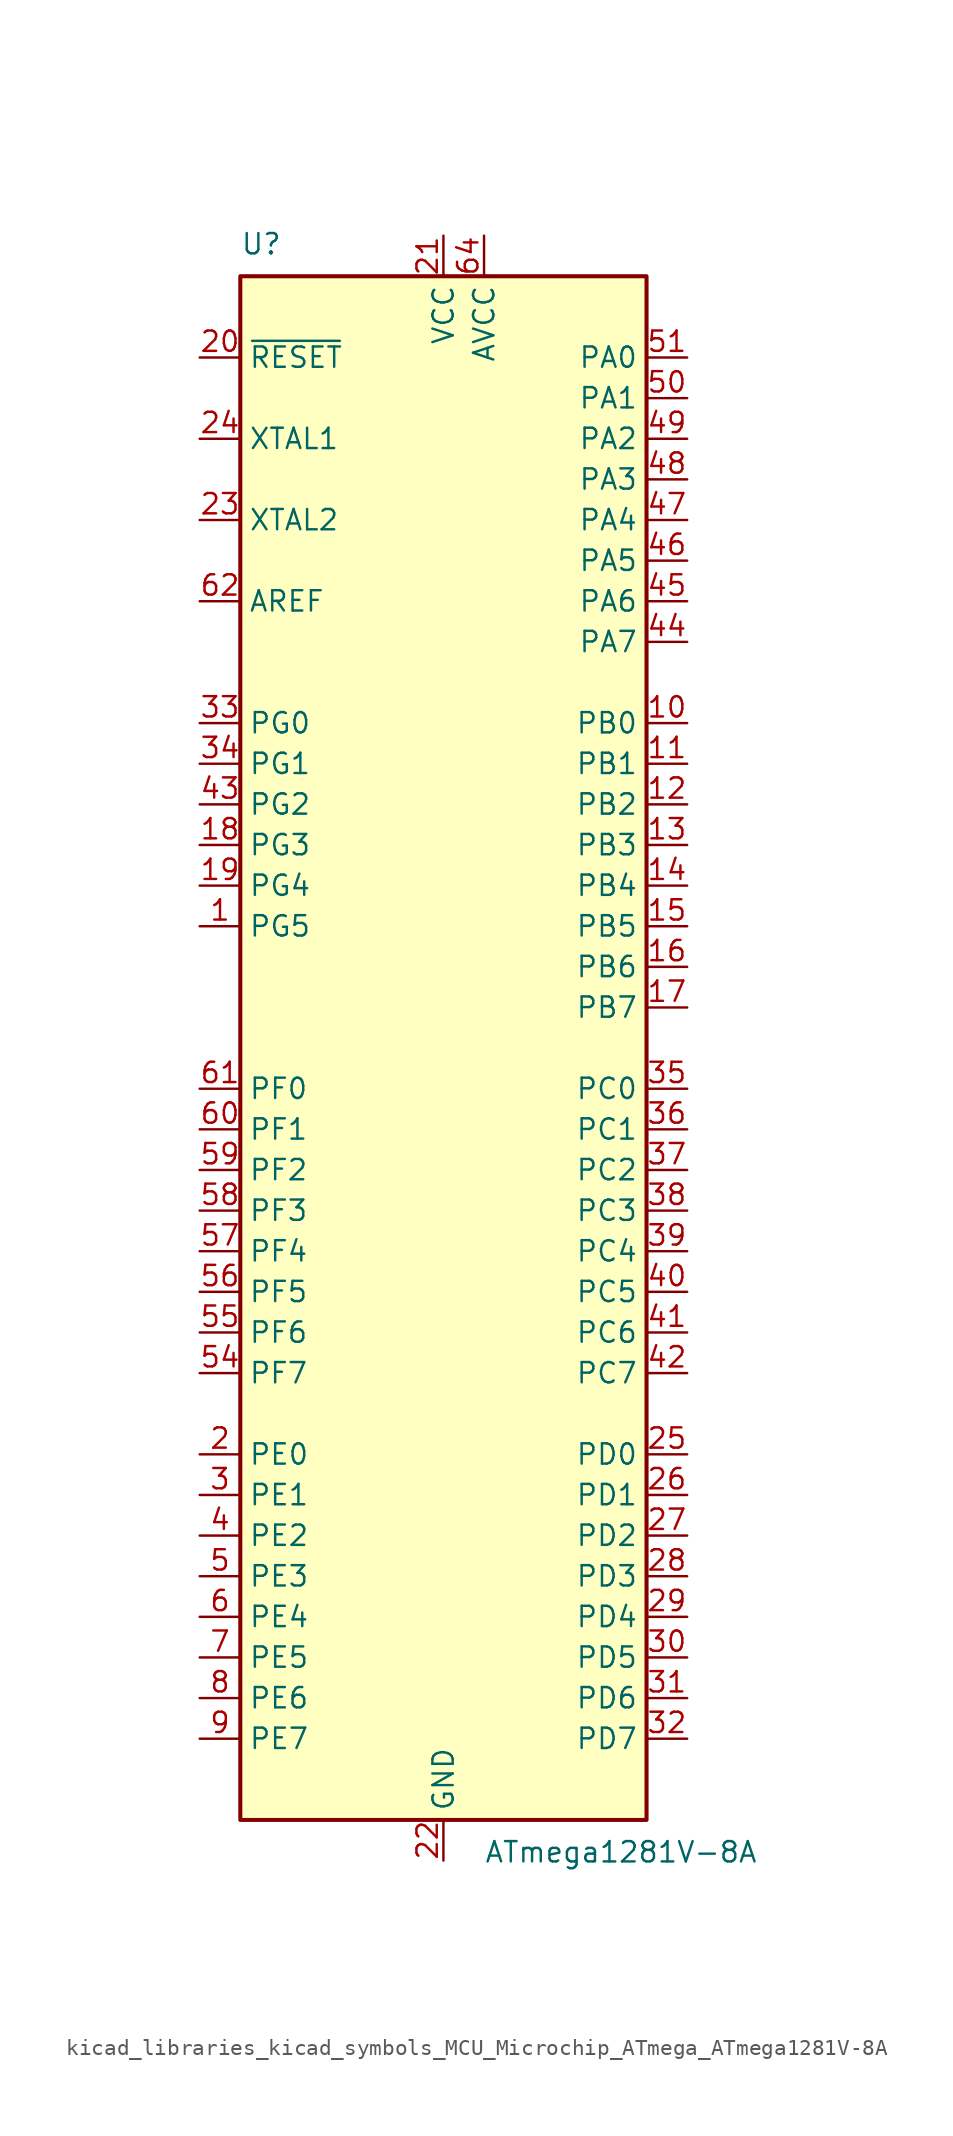
<source format=kicad_sym>
(kicad_symbol_lib
  (version 20220914)
  (generator kicad_symbol_editor)
  (symbol "kicad_libraries_kicad_symbols_MCU_Microchip_ATmega_ATmega1281V-8A"
    (property "Reference" "U"
      (at -12.7 49.53 0)
      (effects (font (size 1.27 1.27)) (justify left bottom)))
    (property "Value" "ATmega1281V-8A"
      (at 2.54 -49.53 0)
      (effects (font (size 1.27 1.27)) (justify left top)))
    (symbol "kicad_libraries_kicad_symbols_MCU_Microchip_ATmega_ATmega1281V-8A_0_1"
      (rectangle (start -12.7 -48.26) (end 12.7 48.26) (stroke (width 0.254) (type default)) (fill (type background))))
    (symbol "kicad_libraries_kicad_symbols_MCU_Microchip_ATmega_ATmega1281V-8A_1_1"
      (pin bidirectional line (at -15.24 7.62 0) (length 2.54) (name "PG5" (effects (font (size 1.27 1.27)))) (number "1" (effects (font (size 1.27 1.27)))))
      (pin bidirectional line (at 15.24 20.32 180) (length 2.54) (name "PB0" (effects (font (size 1.27 1.27)))) (number "10" (effects (font (size 1.27 1.27)))))
      (pin bidirectional line (at 15.24 17.78 180) (length 2.54) (name "PB1" (effects (font (size 1.27 1.27)))) (number "11" (effects (font (size 1.27 1.27)))))
      (pin bidirectional line (at 15.24 15.24 180) (length 2.54) (name "PB2" (effects (font (size 1.27 1.27)))) (number "12" (effects (font (size 1.27 1.27)))))
      (pin bidirectional line (at 15.24 12.7 180) (length 2.54) (name "PB3" (effects (font (size 1.27 1.27)))) (number "13" (effects (font (size 1.27 1.27)))))
      (pin bidirectional line (at 15.24 10.16 180) (length 2.54) (name "PB4" (effects (font (size 1.27 1.27)))) (number "14" (effects (font (size 1.27 1.27)))))
      (pin bidirectional line (at 15.24 7.62 180) (length 2.54) (name "PB5" (effects (font (size 1.27 1.27)))) (number "15" (effects (font (size 1.27 1.27)))))
      (pin bidirectional line (at 15.24 5.08 180) (length 2.54) (name "PB6" (effects (font (size 1.27 1.27)))) (number "16" (effects (font (size 1.27 1.27)))))
      (pin bidirectional line (at 15.24 2.54 180) (length 2.54) (name "PB7" (effects (font (size 1.27 1.27)))) (number "17" (effects (font (size 1.27 1.27)))))
      (pin bidirectional line (at -15.24 12.7 0) (length 2.54) (name "PG3" (effects (font (size 1.27 1.27)))) (number "18" (effects (font (size 1.27 1.27)))))
      (pin bidirectional line (at -15.24 10.16 0) (length 2.54) (name "PG4" (effects (font (size 1.27 1.27)))) (number "19" (effects (font (size 1.27 1.27)))))
      (pin bidirectional line (at -15.24 -25.4 0) (length 2.54) (name "PE0" (effects (font (size 1.27 1.27)))) (number "2" (effects (font (size 1.27 1.27)))))
      (pin input line (at -15.24 43.18 0) (length 2.54) (name "~{RESET}" (effects (font (size 1.27 1.27)))) (number "20" (effects (font (size 1.27 1.27)))))
      (pin power_in line (at 0 50.8 270) (length 2.54) (name "VCC" (effects (font (size 1.27 1.27)))) (number "21" (effects (font (size 1.27 1.27)))))
      (pin power_in line (at 0 -50.8 90) (length 2.54) (name "GND" (effects (font (size 1.27 1.27)))) (number "22" (effects (font (size 1.27 1.27)))))
      (pin output line (at -15.24 33.02 0) (length 2.54) (name "XTAL2" (effects (font (size 1.27 1.27)))) (number "23" (effects (font (size 1.27 1.27)))))
      (pin input line (at -15.24 38.1 0) (length 2.54) (name "XTAL1" (effects (font (size 1.27 1.27)))) (number "24" (effects (font (size 1.27 1.27)))))
      (pin bidirectional line (at 15.24 -25.4 180) (length 2.54) (name "PD0" (effects (font (size 1.27 1.27)))) (number "25" (effects (font (size 1.27 1.27)))))
      (pin bidirectional line (at 15.24 -27.94 180) (length 2.54) (name "PD1" (effects (font (size 1.27 1.27)))) (number "26" (effects (font (size 1.27 1.27)))))
      (pin bidirectional line (at 15.24 -30.48 180) (length 2.54) (name "PD2" (effects (font (size 1.27 1.27)))) (number "27" (effects (font (size 1.27 1.27)))))
      (pin bidirectional line (at 15.24 -33.02 180) (length 2.54) (name "PD3" (effects (font (size 1.27 1.27)))) (number "28" (effects (font (size 1.27 1.27)))))
      (pin bidirectional line (at 15.24 -35.56 180) (length 2.54) (name "PD4" (effects (font (size 1.27 1.27)))) (number "29" (effects (font (size 1.27 1.27)))))
      (pin bidirectional line (at -15.24 -27.94 0) (length 2.54) (name "PE1" (effects (font (size 1.27 1.27)))) (number "3" (effects (font (size 1.27 1.27)))))
      (pin bidirectional line (at 15.24 -38.1 180) (length 2.54) (name "PD5" (effects (font (size 1.27 1.27)))) (number "30" (effects (font (size 1.27 1.27)))))
      (pin bidirectional line (at 15.24 -40.64 180) (length 2.54) (name "PD6" (effects (font (size 1.27 1.27)))) (number "31" (effects (font (size 1.27 1.27)))))
      (pin bidirectional line (at 15.24 -43.18 180) (length 2.54) (name "PD7" (effects (font (size 1.27 1.27)))) (number "32" (effects (font (size 1.27 1.27)))))
      (pin bidirectional line (at -15.24 20.32 0) (length 2.54) (name "PG0" (effects (font (size 1.27 1.27)))) (number "33" (effects (font (size 1.27 1.27)))))
      (pin bidirectional line (at -15.24 17.78 0) (length 2.54) (name "PG1" (effects (font (size 1.27 1.27)))) (number "34" (effects (font (size 1.27 1.27)))))
      (pin bidirectional line (at 15.24 -2.54 180) (length 2.54) (name "PC0" (effects (font (size 1.27 1.27)))) (number "35" (effects (font (size 1.27 1.27)))))
      (pin bidirectional line (at 15.24 -5.08 180) (length 2.54) (name "PC1" (effects (font (size 1.27 1.27)))) (number "36" (effects (font (size 1.27 1.27)))))
      (pin bidirectional line (at 15.24 -7.62 180) (length 2.54) (name "PC2" (effects (font (size 1.27 1.27)))) (number "37" (effects (font (size 1.27 1.27)))))
      (pin bidirectional line (at 15.24 -10.16 180) (length 2.54) (name "PC3" (effects (font (size 1.27 1.27)))) (number "38" (effects (font (size 1.27 1.27)))))
      (pin bidirectional line (at 15.24 -12.7 180) (length 2.54) (name "PC4" (effects (font (size 1.27 1.27)))) (number "39" (effects (font (size 1.27 1.27)))))
      (pin bidirectional line (at -15.24 -30.48 0) (length 2.54) (name "PE2" (effects (font (size 1.27 1.27)))) (number "4" (effects (font (size 1.27 1.27)))))
      (pin bidirectional line (at 15.24 -15.24 180) (length 2.54) (name "PC5" (effects (font (size 1.27 1.27)))) (number "40" (effects (font (size 1.27 1.27)))))
      (pin bidirectional line (at 15.24 -17.78 180) (length 2.54) (name "PC6" (effects (font (size 1.27 1.27)))) (number "41" (effects (font (size 1.27 1.27)))))
      (pin bidirectional line (at 15.24 -20.32 180) (length 2.54) (name "PC7" (effects (font (size 1.27 1.27)))) (number "42" (effects (font (size 1.27 1.27)))))
      (pin bidirectional line (at -15.24 15.24 0) (length 2.54) (name "PG2" (effects (font (size 1.27 1.27)))) (number "43" (effects (font (size 1.27 1.27)))))
      (pin bidirectional line (at 15.24 25.4 180) (length 2.54) (name "PA7" (effects (font (size 1.27 1.27)))) (number "44" (effects (font (size 1.27 1.27)))))
      (pin bidirectional line (at 15.24 27.94 180) (length 2.54) (name "PA6" (effects (font (size 1.27 1.27)))) (number "45" (effects (font (size 1.27 1.27)))))
      (pin bidirectional line (at 15.24 30.48 180) (length 2.54) (name "PA5" (effects (font (size 1.27 1.27)))) (number "46" (effects (font (size 1.27 1.27)))))
      (pin bidirectional line (at 15.24 33.02 180) (length 2.54) (name "PA4" (effects (font (size 1.27 1.27)))) (number "47" (effects (font (size 1.27 1.27)))))
      (pin bidirectional line (at 15.24 35.56 180) (length 2.54) (name "PA3" (effects (font (size 1.27 1.27)))) (number "48" (effects (font (size 1.27 1.27)))))
      (pin bidirectional line (at 15.24 38.1 180) (length 2.54) (name "PA2" (effects (font (size 1.27 1.27)))) (number "49" (effects (font (size 1.27 1.27)))))
      (pin bidirectional line (at -15.24 -33.02 0) (length 2.54) (name "PE3" (effects (font (size 1.27 1.27)))) (number "5" (effects (font (size 1.27 1.27)))))
      (pin bidirectional line (at 15.24 40.64 180) (length 2.54) (name "PA1" (effects (font (size 1.27 1.27)))) (number "50" (effects (font (size 1.27 1.27)))))
      (pin bidirectional line (at 15.24 43.18 180) (length 2.54) (name "PA0" (effects (font (size 1.27 1.27)))) (number "51" (effects (font (size 1.27 1.27)))))
      (pin passive line (at 0 50.8 270) (length 2.54) hide (name "VCC" (effects (font (size 1.27 1.27)))) (number "52" (effects (font (size 1.27 1.27)))))
      (pin passive line (at 0 -50.8 90) (length 2.54) hide (name "GND" (effects (font (size 1.27 1.27)))) (number "53" (effects (font (size 1.27 1.27)))))
      (pin bidirectional line (at -15.24 -20.32 0) (length 2.54) (name "PF7" (effects (font (size 1.27 1.27)))) (number "54" (effects (font (size 1.27 1.27)))))
      (pin bidirectional line (at -15.24 -17.78 0) (length 2.54) (name "PF6" (effects (font (size 1.27 1.27)))) (number "55" (effects (font (size 1.27 1.27)))))
      (pin bidirectional line (at -15.24 -15.24 0) (length 2.54) (name "PF5" (effects (font (size 1.27 1.27)))) (number "56" (effects (font (size 1.27 1.27)))))
      (pin bidirectional line (at -15.24 -12.7 0) (length 2.54) (name "PF4" (effects (font (size 1.27 1.27)))) (number "57" (effects (font (size 1.27 1.27)))))
      (pin bidirectional line (at -15.24 -10.16 0) (length 2.54) (name "PF3" (effects (font (size 1.27 1.27)))) (number "58" (effects (font (size 1.27 1.27)))))
      (pin bidirectional line (at -15.24 -7.62 0) (length 2.54) (name "PF2" (effects (font (size 1.27 1.27)))) (number "59" (effects (font (size 1.27 1.27)))))
      (pin bidirectional line (at -15.24 -35.56 0) (length 2.54) (name "PE4" (effects (font (size 1.27 1.27)))) (number "6" (effects (font (size 1.27 1.27)))))
      (pin bidirectional line (at -15.24 -5.08 0) (length 2.54) (name "PF1" (effects (font (size 1.27 1.27)))) (number "60" (effects (font (size 1.27 1.27)))))
      (pin bidirectional line (at -15.24 -2.54 0) (length 2.54) (name "PF0" (effects (font (size 1.27 1.27)))) (number "61" (effects (font (size 1.27 1.27)))))
      (pin passive line (at -15.24 27.94 0) (length 2.54) (name "AREF" (effects (font (size 1.27 1.27)))) (number "62" (effects (font (size 1.27 1.27)))))
      (pin passive line (at 0 -50.8 90) (length 2.54) hide (name "GND" (effects (font (size 1.27 1.27)))) (number "63" (effects (font (size 1.27 1.27)))))
      (pin power_in line (at 2.54 50.8 270) (length 2.54) (name "AVCC" (effects (font (size 1.27 1.27)))) (number "64" (effects (font (size 1.27 1.27)))))
      (pin bidirectional line (at -15.24 -38.1 0) (length 2.54) (name "PE5" (effects (font (size 1.27 1.27)))) (number "7" (effects (font (size 1.27 1.27)))))
      (pin bidirectional line (at -15.24 -40.64 0) (length 2.54) (name "PE6" (effects (font (size 1.27 1.27)))) (number "8" (effects (font (size 1.27 1.27)))))
      (pin bidirectional line (at -15.24 -43.18 0) (length 2.54) (name "PE7" (effects (font (size 1.27 1.27)))) (number "9" (effects (font (size 1.27 1.27))))))))
</source>
